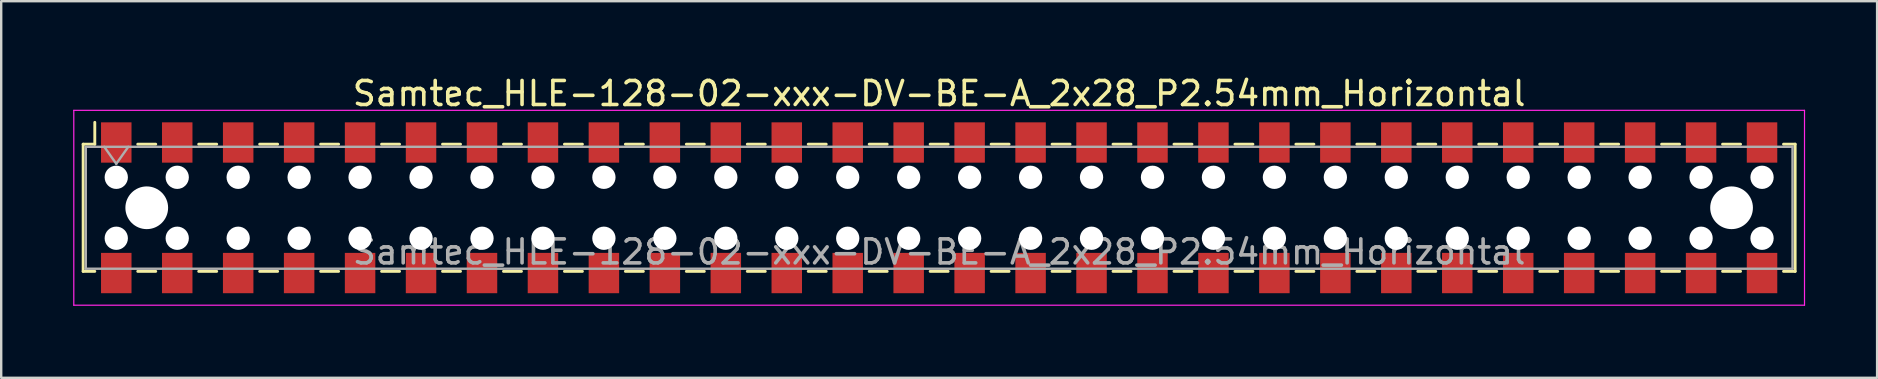
<source format=kicad_pcb>
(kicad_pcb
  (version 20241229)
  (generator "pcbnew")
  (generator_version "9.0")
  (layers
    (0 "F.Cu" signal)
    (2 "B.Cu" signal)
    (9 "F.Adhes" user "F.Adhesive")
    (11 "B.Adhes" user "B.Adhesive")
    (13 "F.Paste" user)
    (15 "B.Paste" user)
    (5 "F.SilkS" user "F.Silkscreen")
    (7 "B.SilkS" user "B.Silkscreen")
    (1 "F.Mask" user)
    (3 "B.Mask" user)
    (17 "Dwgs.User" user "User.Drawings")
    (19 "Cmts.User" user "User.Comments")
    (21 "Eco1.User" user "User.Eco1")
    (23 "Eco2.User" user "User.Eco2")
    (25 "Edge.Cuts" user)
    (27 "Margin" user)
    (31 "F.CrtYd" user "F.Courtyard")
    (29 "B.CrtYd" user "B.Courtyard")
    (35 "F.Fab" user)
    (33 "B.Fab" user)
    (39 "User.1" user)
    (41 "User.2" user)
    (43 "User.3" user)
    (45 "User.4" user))
  (footprint "Samtec_HLE-128-02-xxx-DV-BE-A_2x28_P2.54mm_Horizontal"
    (layer "F.Cu")
    (at 36.085 5.608)
    (property "Reference" "Samtec_HLE-128-02-xxx-DV-BE-A_2x28_P2.54mm_Horizontal" (at 0 -4.76 0) (layer "F.SilkS") (effects (font (size 1 1) (thickness 0.15))))
    (attr smd)
    (fp_line (start -35.67 -2.65) (end -35.67 2.65) (stroke (width 0.12) (type solid)) (layer "F.SilkS"))
    (fp_line (start -35.67 2.65) (end -35.185 2.65) (stroke (width 0.12) (type solid)) (layer "F.SilkS"))
    (fp_line (start -35.185 -3.56) (end -35.185 -2.65) (stroke (width 0.12) (type solid)) (layer "F.SilkS"))
    (fp_line (start -35.185 -2.65) (end -35.67 -2.65) (stroke (width 0.12) (type solid)) (layer "F.SilkS"))
    (fp_line (start -33.395 -2.65) (end -32.645 -2.65) (stroke (width 0.12) (type solid)) (layer "F.SilkS"))
    (fp_line (start -33.395 2.65) (end -32.645 2.65) (stroke (width 0.12) (type solid)) (layer "F.SilkS"))
    (fp_line (start -30.855 -2.65) (end -30.105 -2.65) (stroke (width 0.12) (type solid)) (layer "F.SilkS"))
    (fp_line (start -30.855 2.65) (end -30.105 2.65) (stroke (width 0.12) (type solid)) (layer "F.SilkS"))
    (fp_line (start -28.315 -2.65) (end -27.565 -2.65) (stroke (width 0.12) (type solid)) (layer "F.SilkS"))
    (fp_line (start -28.315 2.65) (end -27.565 2.65) (stroke (width 0.12) (type solid)) (layer "F.SilkS"))
    (fp_line (start -25.775 -2.65) (end -25.025 -2.65) (stroke (width 0.12) (type solid)) (layer "F.SilkS"))
    (fp_line (start -25.775 2.65) (end -25.025 2.65) (stroke (width 0.12) (type solid)) (layer "F.SilkS"))
    (fp_line (start -23.235 -2.65) (end -22.485 -2.65) (stroke (width 0.12) (type solid)) (layer "F.SilkS"))
    (fp_line (start -23.235 2.65) (end -22.485 2.65) (stroke (width 0.12) (type solid)) (layer "F.SilkS"))
    (fp_line (start -20.695 -2.65) (end -19.945 -2.65) (stroke (width 0.12) (type solid)) (layer "F.SilkS"))
    (fp_line (start -20.695 2.65) (end -19.945 2.65) (stroke (width 0.12) (type solid)) (layer "F.SilkS"))
    (fp_line (start -18.155 -2.65) (end -17.405 -2.65) (stroke (width 0.12) (type solid)) (layer "F.SilkS"))
    (fp_line (start -18.155 2.65) (end -17.405 2.65) (stroke (width 0.12) (type solid)) (layer "F.SilkS"))
    (fp_line (start -15.615 -2.65) (end -14.865 -2.65) (stroke (width 0.12) (type solid)) (layer "F.SilkS"))
    (fp_line (start -15.615 2.65) (end -14.865 2.65) (stroke (width 0.12) (type solid)) (layer "F.SilkS"))
    (fp_line (start -13.075 -2.65) (end -12.325 -2.65) (stroke (width 0.12) (type solid)) (layer "F.SilkS"))
    (fp_line (start -13.075 2.65) (end -12.325 2.65) (stroke (width 0.12) (type solid)) (layer "F.SilkS"))
    (fp_line (start -10.535 -2.65) (end -9.785 -2.65) (stroke (width 0.12) (type solid)) (layer "F.SilkS"))
    (fp_line (start -10.535 2.65) (end -9.785 2.65) (stroke (width 0.12) (type solid)) (layer "F.SilkS"))
    (fp_line (start -7.995 -2.65) (end -7.245 -2.65) (stroke (width 0.12) (type solid)) (layer "F.SilkS"))
    (fp_line (start -7.995 2.65) (end -7.245 2.65) (stroke (width 0.12) (type solid)) (layer "F.SilkS"))
    (fp_line (start -5.455 -2.65) (end -4.705 -2.65) (stroke (width 0.12) (type solid)) (layer "F.SilkS"))
    (fp_line (start -5.455 2.65) (end -4.705 2.65) (stroke (width 0.12) (type solid)) (layer "F.SilkS"))
    (fp_line (start -2.915 -2.65) (end -2.165 -2.65) (stroke (width 0.12) (type solid)) (layer "F.SilkS"))
    (fp_line (start -2.915 2.65) (end -2.165 2.65) (stroke (width 0.12) (type solid)) (layer "F.SilkS"))
    (fp_line (start -0.375 -2.65) (end 0.375 -2.65) (stroke (width 0.12) (type solid)) (layer "F.SilkS"))
    (fp_line (start -0.375 2.65) (end 0.375 2.65) (stroke (width 0.12) (type solid)) (layer "F.SilkS"))
    (fp_line (start 2.165 -2.65) (end 2.915 -2.65) (stroke (width 0.12) (type solid)) (layer "F.SilkS"))
    (fp_line (start 2.165 2.65) (end 2.915 2.65) (stroke (width 0.12) (type solid)) (layer "F.SilkS"))
    (fp_line (start 4.705 -2.65) (end 5.455 -2.65) (stroke (width 0.12) (type solid)) (layer "F.SilkS"))
    (fp_line (start 4.705 2.65) (end 5.455 2.65) (stroke (width 0.12) (type solid)) (layer "F.SilkS"))
    (fp_line (start 7.245 -2.65) (end 7.995 -2.65) (stroke (width 0.12) (type solid)) (layer "F.SilkS"))
    (fp_line (start 7.245 2.65) (end 7.995 2.65) (stroke (width 0.12) (type solid)) (layer "F.SilkS"))
    (fp_line (start 9.785 -2.65) (end 10.535 -2.65) (stroke (width 0.12) (type solid)) (layer "F.SilkS"))
    (fp_line (start 9.785 2.65) (end 10.535 2.65) (stroke (width 0.12) (type solid)) (layer "F.SilkS"))
    (fp_line (start 12.325 -2.65) (end 13.075 -2.65) (stroke (width 0.12) (type solid)) (layer "F.SilkS"))
    (fp_line (start 12.325 2.65) (end 13.075 2.65) (stroke (width 0.12) (type solid)) (layer "F.SilkS"))
    (fp_line (start 14.865 -2.65) (end 15.615 -2.65) (stroke (width 0.12) (type solid)) (layer "F.SilkS"))
    (fp_line (start 14.865 2.65) (end 15.615 2.65) (stroke (width 0.12) (type solid)) (layer "F.SilkS"))
    (fp_line (start 17.405 -2.65) (end 18.155 -2.65) (stroke (width 0.12) (type solid)) (layer "F.SilkS"))
    (fp_line (start 17.405 2.65) (end 18.155 2.65) (stroke (width 0.12) (type solid)) (layer "F.SilkS"))
    (fp_line (start 19.945 -2.65) (end 20.695 -2.65) (stroke (width 0.12) (type solid)) (layer "F.SilkS"))
    (fp_line (start 19.945 2.65) (end 20.695 2.65) (stroke (width 0.12) (type solid)) (layer "F.SilkS"))
    (fp_line (start 22.485 -2.65) (end 23.235 -2.65) (stroke (width 0.12) (type solid)) (layer "F.SilkS"))
    (fp_line (start 22.485 2.65) (end 23.235 2.65) (stroke (width 0.12) (type solid)) (layer "F.SilkS"))
    (fp_line (start 25.025 -2.65) (end 25.775 -2.65) (stroke (width 0.12) (type solid)) (layer "F.SilkS"))
    (fp_line (start 25.025 2.65) (end 25.775 2.65) (stroke (width 0.12) (type solid)) (layer "F.SilkS"))
    (fp_line (start 27.565 -2.65) (end 28.315 -2.65) (stroke (width 0.12) (type solid)) (layer "F.SilkS"))
    (fp_line (start 27.565 2.65) (end 28.315 2.65) (stroke (width 0.12) (type solid)) (layer "F.SilkS"))
    (fp_line (start 30.105 -2.65) (end 30.855 -2.65) (stroke (width 0.12) (type solid)) (layer "F.SilkS"))
    (fp_line (start 30.105 2.65) (end 30.855 2.65) (stroke (width 0.12) (type solid)) (layer "F.SilkS"))
    (fp_line (start 32.645 -2.65) (end 33.395 -2.65) (stroke (width 0.12) (type solid)) (layer "F.SilkS"))
    (fp_line (start 32.645 2.65) (end 33.395 2.65) (stroke (width 0.12) (type solid)) (layer "F.SilkS"))
    (fp_line (start 35.185 -2.65) (end 35.67 -2.65) (stroke (width 0.12) (type solid)) (layer "F.SilkS"))
    (fp_line (start 35.67 -2.65) (end 35.67 2.65) (stroke (width 0.12) (type solid)) (layer "F.SilkS"))
    (fp_line (start 35.67 2.65) (end 35.185 2.65) (stroke (width 0.12) (type solid)) (layer "F.SilkS"))
    (fp_line (start -36.06 -4.06) (end 36.06 -4.06) (stroke (width 0.05) (type solid)) (layer "F.CrtYd"))
    (fp_line (start -36.06 4.06) (end -36.06 -4.06) (stroke (width 0.05) (type solid)) (layer "F.CrtYd"))
    (fp_line (start 36.06 -4.06) (end 36.06 4.06) (stroke (width 0.05) (type solid)) (layer "F.CrtYd"))
    (fp_line (start 36.06 4.06) (end -36.06 4.06) (stroke (width 0.05) (type solid)) (layer "F.CrtYd"))
    (fp_line (start -35.56 -2.54) (end 35.56 -2.54) (stroke (width 0.1) (type solid)) (layer "F.Fab"))
    (fp_line (start -35.56 2.54) (end -35.56 -2.54) (stroke (width 0.1) (type solid)) (layer "F.Fab"))
    (fp_line (start -34.79 -2.54) (end -34.29 -1.833) (stroke (width 0.1) (type solid)) (layer "F.Fab"))
    (fp_line (start -34.29 -1.833) (end -33.79 -2.54) (stroke (width 0.1) (type solid)) (layer "F.Fab"))
    (fp_line (start 35.56 -2.54) (end 35.56 2.54) (stroke (width 0.1) (type solid)) (layer "F.Fab"))
    (fp_line (start 35.56 2.54) (end -35.56 2.54) (stroke (width 0.1) (type solid)) (layer "F.Fab"))
    (fp_text user "${REFERENCE}" (at 0 1.84 0) (layer "F.Fab") (effects (font (size 1 1) (thickness 0.15))))
    (pad "" np_thru_hole circle (at -34.29 -1.27) (size 0.97 0.97) (drill 0.97) (layers "*.Cu" "*.Mask"))
    (pad "" np_thru_hole circle (at -34.29 1.27) (size 0.97 0.97) (drill 0.97) (layers "*.Cu" "*.Mask"))
    (pad "" np_thru_hole circle (at -33.02 0) (size 1.78 1.78) (drill 1.78) (layers "*.Cu" "*.Mask"))
    (pad "" np_thru_hole circle (at -31.75 -1.27) (size 0.97 0.97) (drill 0.97) (layers "*.Cu" "*.Mask"))
    (pad "" np_thru_hole circle (at -31.75 1.27) (size 0.97 0.97) (drill 0.97) (layers "*.Cu" "*.Mask"))
    (pad "" np_thru_hole circle (at -29.21 -1.27) (size 0.97 0.97) (drill 0.97) (layers "*.Cu" "*.Mask"))
    (pad "" np_thru_hole circle (at -29.21 1.27) (size 0.97 0.97) (drill 0.97) (layers "*.Cu" "*.Mask"))
    (pad "" np_thru_hole circle (at -26.67 -1.27) (size 0.97 0.97) (drill 0.97) (layers "*.Cu" "*.Mask"))
    (pad "" np_thru_hole circle (at -26.67 1.27) (size 0.97 0.97) (drill 0.97) (layers "*.Cu" "*.Mask"))
    (pad "" np_thru_hole circle (at -24.13 -1.27) (size 0.97 0.97) (drill 0.97) (layers "*.Cu" "*.Mask"))
    (pad "" np_thru_hole circle (at -24.13 1.27) (size 0.97 0.97) (drill 0.97) (layers "*.Cu" "*.Mask"))
    (pad "" np_thru_hole circle (at -21.59 -1.27) (size 0.97 0.97) (drill 0.97) (layers "*.Cu" "*.Mask"))
    (pad "" np_thru_hole circle (at -21.59 1.27) (size 0.97 0.97) (drill 0.97) (layers "*.Cu" "*.Mask"))
    (pad "" np_thru_hole circle (at -19.05 -1.27) (size 0.97 0.97) (drill 0.97) (layers "*.Cu" "*.Mask"))
    (pad "" np_thru_hole circle (at -19.05 1.27) (size 0.97 0.97) (drill 0.97) (layers "*.Cu" "*.Mask"))
    (pad "" np_thru_hole circle (at -16.51 -1.27) (size 0.97 0.97) (drill 0.97) (layers "*.Cu" "*.Mask"))
    (pad "" np_thru_hole circle (at -16.51 1.27) (size 0.97 0.97) (drill 0.97) (layers "*.Cu" "*.Mask"))
    (pad "" np_thru_hole circle (at -13.97 -1.27) (size 0.97 0.97) (drill 0.97) (layers "*.Cu" "*.Mask"))
    (pad "" np_thru_hole circle (at -13.97 1.27) (size 0.97 0.97) (drill 0.97) (layers "*.Cu" "*.Mask"))
    (pad "" np_thru_hole circle (at -11.43 -1.27) (size 0.97 0.97) (drill 0.97) (layers "*.Cu" "*.Mask"))
    (pad "" np_thru_hole circle (at -11.43 1.27) (size 0.97 0.97) (drill 0.97) (layers "*.Cu" "*.Mask"))
    (pad "" np_thru_hole circle (at -8.89 -1.27) (size 0.97 0.97) (drill 0.97) (layers "*.Cu" "*.Mask"))
    (pad "" np_thru_hole circle (at -8.89 1.27) (size 0.97 0.97) (drill 0.97) (layers "*.Cu" "*.Mask"))
    (pad "" np_thru_hole circle (at -6.35 -1.27) (size 0.97 0.97) (drill 0.97) (layers "*.Cu" "*.Mask"))
    (pad "" np_thru_hole circle (at -6.35 1.27) (size 0.97 0.97) (drill 0.97) (layers "*.Cu" "*.Mask"))
    (pad "" np_thru_hole circle (at -3.81 -1.27) (size 0.97 0.97) (drill 0.97) (layers "*.Cu" "*.Mask"))
    (pad "" np_thru_hole circle (at -3.81 1.27) (size 0.97 0.97) (drill 0.97) (layers "*.Cu" "*.Mask"))
    (pad "" np_thru_hole circle (at -1.27 -1.27) (size 0.97 0.97) (drill 0.97) (layers "*.Cu" "*.Mask"))
    (pad "" np_thru_hole circle (at -1.27 1.27) (size 0.97 0.97) (drill 0.97) (layers "*.Cu" "*.Mask"))
    (pad "" np_thru_hole circle (at 1.27 -1.27) (size 0.97 0.97) (drill 0.97) (layers "*.Cu" "*.Mask"))
    (pad "" np_thru_hole circle (at 1.27 1.27) (size 0.97 0.97) (drill 0.97) (layers "*.Cu" "*.Mask"))
    (pad "" np_thru_hole circle (at 3.81 -1.27) (size 0.97 0.97) (drill 0.97) (layers "*.Cu" "*.Mask"))
    (pad "" np_thru_hole circle (at 3.81 1.27) (size 0.97 0.97) (drill 0.97) (layers "*.Cu" "*.Mask"))
    (pad "" np_thru_hole circle (at 6.35 -1.27) (size 0.97 0.97) (drill 0.97) (layers "*.Cu" "*.Mask"))
    (pad "" np_thru_hole circle (at 6.35 1.27) (size 0.97 0.97) (drill 0.97) (layers "*.Cu" "*.Mask"))
    (pad "" np_thru_hole circle (at 8.89 -1.27) (size 0.97 0.97) (drill 0.97) (layers "*.Cu" "*.Mask"))
    (pad "" np_thru_hole circle (at 8.89 1.27) (size 0.97 0.97) (drill 0.97) (layers "*.Cu" "*.Mask"))
    (pad "" np_thru_hole circle (at 11.43 -1.27) (size 0.97 0.97) (drill 0.97) (layers "*.Cu" "*.Mask"))
    (pad "" np_thru_hole circle (at 11.43 1.27) (size 0.97 0.97) (drill 0.97) (layers "*.Cu" "*.Mask"))
    (pad "" np_thru_hole circle (at 13.97 -1.27) (size 0.97 0.97) (drill 0.97) (layers "*.Cu" "*.Mask"))
    (pad "" np_thru_hole circle (at 13.97 1.27) (size 0.97 0.97) (drill 0.97) (layers "*.Cu" "*.Mask"))
    (pad "" np_thru_hole circle (at 16.51 -1.27) (size 0.97 0.97) (drill 0.97) (layers "*.Cu" "*.Mask"))
    (pad "" np_thru_hole circle (at 16.51 1.27) (size 0.97 0.97) (drill 0.97) (layers "*.Cu" "*.Mask"))
    (pad "" np_thru_hole circle (at 19.05 -1.27) (size 0.97 0.97) (drill 0.97) (layers "*.Cu" "*.Mask"))
    (pad "" np_thru_hole circle (at 19.05 1.27) (size 0.97 0.97) (drill 0.97) (layers "*.Cu" "*.Mask"))
    (pad "" np_thru_hole circle (at 21.59 -1.27) (size 0.97 0.97) (drill 0.97) (layers "*.Cu" "*.Mask"))
    (pad "" np_thru_hole circle (at 21.59 1.27) (size 0.97 0.97) (drill 0.97) (layers "*.Cu" "*.Mask"))
    (pad "" np_thru_hole circle (at 24.13 -1.27) (size 0.97 0.97) (drill 0.97) (layers "*.Cu" "*.Mask"))
    (pad "" np_thru_hole circle (at 24.13 1.27) (size 0.97 0.97) (drill 0.97) (layers "*.Cu" "*.Mask"))
    (pad "" np_thru_hole circle (at 26.67 -1.27) (size 0.97 0.97) (drill 0.97) (layers "*.Cu" "*.Mask"))
    (pad "" np_thru_hole circle (at 26.67 1.27) (size 0.97 0.97) (drill 0.97) (layers "*.Cu" "*.Mask"))
    (pad "" np_thru_hole circle (at 29.21 -1.27) (size 0.97 0.97) (drill 0.97) (layers "*.Cu" "*.Mask"))
    (pad "" np_thru_hole circle (at 29.21 1.27) (size 0.97 0.97) (drill 0.97) (layers "*.Cu" "*.Mask"))
    (pad "" np_thru_hole circle (at 31.75 -1.27) (size 0.97 0.97) (drill 0.97) (layers "*.Cu" "*.Mask"))
    (pad "" np_thru_hole circle (at 31.75 1.27) (size 0.97 0.97) (drill 0.97) (layers "*.Cu" "*.Mask"))
    (pad "" np_thru_hole circle (at 33.02 0) (size 1.78 1.78) (drill 1.78) (layers "*.Cu" "*.Mask"))
    (pad "" np_thru_hole circle (at 34.29 -1.27) (size 0.97 0.97) (drill 0.97) (layers "*.Cu" "*.Mask"))
    (pad "" np_thru_hole circle (at 34.29 1.27) (size 0.97 0.97) (drill 0.97) (layers "*.Cu" "*.Mask"))
    (pad "1" smd rect (at -34.29 -2.72) (size 1.27 1.68) (layers "F.Cu" "F.Mask" "F.Paste"))
    (pad "2" smd rect (at -34.29 2.72) (size 1.27 1.68) (layers "F.Cu" "F.Mask" "F.Paste"))
    (pad "3" smd rect (at -31.75 -2.72) (size 1.27 1.68) (layers "F.Cu" "F.Mask" "F.Paste"))
    (pad "4" smd rect (at -31.75 2.72) (size 1.27 1.68) (layers "F.Cu" "F.Mask" "F.Paste"))
    (pad "5" smd rect (at -29.21 -2.72) (size 1.27 1.68) (layers "F.Cu" "F.Mask" "F.Paste"))
    (pad "6" smd rect (at -29.21 2.72) (size 1.27 1.68) (layers "F.Cu" "F.Mask" "F.Paste"))
    (pad "7" smd rect (at -26.67 -2.72) (size 1.27 1.68) (layers "F.Cu" "F.Mask" "F.Paste"))
    (pad "8" smd rect (at -26.67 2.72) (size 1.27 1.68) (layers "F.Cu" "F.Mask" "F.Paste"))
    (pad "9" smd rect (at -24.13 -2.72) (size 1.27 1.68) (layers "F.Cu" "F.Mask" "F.Paste"))
    (pad "10" smd rect (at -24.13 2.72) (size 1.27 1.68) (layers "F.Cu" "F.Mask" "F.Paste"))
    (pad "11" smd rect (at -21.59 -2.72) (size 1.27 1.68) (layers "F.Cu" "F.Mask" "F.Paste"))
    (pad "12" smd rect (at -21.59 2.72) (size 1.27 1.68) (layers "F.Cu" "F.Mask" "F.Paste"))
    (pad "13" smd rect (at -19.05 -2.72) (size 1.27 1.68) (layers "F.Cu" "F.Mask" "F.Paste"))
    (pad "14" smd rect (at -19.05 2.72) (size 1.27 1.68) (layers "F.Cu" "F.Mask" "F.Paste"))
    (pad "15" smd rect (at -16.51 -2.72) (size 1.27 1.68) (layers "F.Cu" "F.Mask" "F.Paste"))
    (pad "16" smd rect (at -16.51 2.72) (size 1.27 1.68) (layers "F.Cu" "F.Mask" "F.Paste"))
    (pad "17" smd rect (at -13.97 -2.72) (size 1.27 1.68) (layers "F.Cu" "F.Mask" "F.Paste"))
    (pad "18" smd rect (at -13.97 2.72) (size 1.27 1.68) (layers "F.Cu" "F.Mask" "F.Paste"))
    (pad "19" smd rect (at -11.43 -2.72) (size 1.27 1.68) (layers "F.Cu" "F.Mask" "F.Paste"))
    (pad "20" smd rect (at -11.43 2.72) (size 1.27 1.68) (layers "F.Cu" "F.Mask" "F.Paste"))
    (pad "21" smd rect (at -8.89 -2.72) (size 1.27 1.68) (layers "F.Cu" "F.Mask" "F.Paste"))
    (pad "22" smd rect (at -8.89 2.72) (size 1.27 1.68) (layers "F.Cu" "F.Mask" "F.Paste"))
    (pad "23" smd rect (at -6.35 -2.72) (size 1.27 1.68) (layers "F.Cu" "F.Mask" "F.Paste"))
    (pad "24" smd rect (at -6.35 2.72) (size 1.27 1.68) (layers "F.Cu" "F.Mask" "F.Paste"))
    (pad "25" smd rect (at -3.81 -2.72) (size 1.27 1.68) (layers "F.Cu" "F.Mask" "F.Paste"))
    (pad "26" smd rect (at -3.81 2.72) (size 1.27 1.68) (layers "F.Cu" "F.Mask" "F.Paste"))
    (pad "27" smd rect (at -1.27 -2.72) (size 1.27 1.68) (layers "F.Cu" "F.Mask" "F.Paste"))
    (pad "28" smd rect (at -1.27 2.72) (size 1.27 1.68) (layers "F.Cu" "F.Mask" "F.Paste"))
    (pad "29" smd rect (at 1.27 -2.72) (size 1.27 1.68) (layers "F.Cu" "F.Mask" "F.Paste"))
    (pad "30" smd rect (at 1.27 2.72) (size 1.27 1.68) (layers "F.Cu" "F.Mask" "F.Paste"))
    (pad "31" smd rect (at 3.81 -2.72) (size 1.27 1.68) (layers "F.Cu" "F.Mask" "F.Paste"))
    (pad "32" smd rect (at 3.81 2.72) (size 1.27 1.68) (layers "F.Cu" "F.Mask" "F.Paste"))
    (pad "33" smd rect (at 6.35 -2.72) (size 1.27 1.68) (layers "F.Cu" "F.Mask" "F.Paste"))
    (pad "34" smd rect (at 6.35 2.72) (size 1.27 1.68) (layers "F.Cu" "F.Mask" "F.Paste"))
    (pad "35" smd rect (at 8.89 -2.72) (size 1.27 1.68) (layers "F.Cu" "F.Mask" "F.Paste"))
    (pad "36" smd rect (at 8.89 2.72) (size 1.27 1.68) (layers "F.Cu" "F.Mask" "F.Paste"))
    (pad "37" smd rect (at 11.43 -2.72) (size 1.27 1.68) (layers "F.Cu" "F.Mask" "F.Paste"))
    (pad "38" smd rect (at 11.43 2.72) (size 1.27 1.68) (layers "F.Cu" "F.Mask" "F.Paste"))
    (pad "39" smd rect (at 13.97 -2.72) (size 1.27 1.68) (layers "F.Cu" "F.Mask" "F.Paste"))
    (pad "40" smd rect (at 13.97 2.72) (size 1.27 1.68) (layers "F.Cu" "F.Mask" "F.Paste"))
    (pad "41" smd rect (at 16.51 -2.72) (size 1.27 1.68) (layers "F.Cu" "F.Mask" "F.Paste"))
    (pad "42" smd rect (at 16.51 2.72) (size 1.27 1.68) (layers "F.Cu" "F.Mask" "F.Paste"))
    (pad "43" smd rect (at 19.05 -2.72) (size 1.27 1.68) (layers "F.Cu" "F.Mask" "F.Paste"))
    (pad "44" smd rect (at 19.05 2.72) (size 1.27 1.68) (layers "F.Cu" "F.Mask" "F.Paste"))
    (pad "45" smd rect (at 21.59 -2.72) (size 1.27 1.68) (layers "F.Cu" "F.Mask" "F.Paste"))
    (pad "46" smd rect (at 21.59 2.72) (size 1.27 1.68) (layers "F.Cu" "F.Mask" "F.Paste"))
    (pad "47" smd rect (at 24.13 -2.72) (size 1.27 1.68) (layers "F.Cu" "F.Mask" "F.Paste"))
    (pad "48" smd rect (at 24.13 2.72) (size 1.27 1.68) (layers "F.Cu" "F.Mask" "F.Paste"))
    (pad "49" smd rect (at 26.67 -2.72) (size 1.27 1.68) (layers "F.Cu" "F.Mask" "F.Paste"))
    (pad "50" smd rect (at 26.67 2.72) (size 1.27 1.68) (layers "F.Cu" "F.Mask" "F.Paste"))
    (pad "51" smd rect (at 29.21 -2.72) (size 1.27 1.68) (layers "F.Cu" "F.Mask" "F.Paste"))
    (pad "52" smd rect (at 29.21 2.72) (size 1.27 1.68) (layers "F.Cu" "F.Mask" "F.Paste"))
    (pad "53" smd rect (at 31.75 -2.72) (size 1.27 1.68) (layers "F.Cu" "F.Mask" "F.Paste"))
    (pad "54" smd rect (at 31.75 2.72) (size 1.27 1.68) (layers "F.Cu" "F.Mask" "F.Paste"))
    (pad "55" smd rect (at 34.29 -2.72) (size 1.27 1.68) (layers "F.Cu" "F.Mask" "F.Paste"))
    (pad "56" smd rect (at 34.29 2.72) (size 1.27 1.68) (layers "F.Cu" "F.Mask" "F.Paste")))
  (gr_rect
    (start -3 -3)
    (end 75.17 12.693)
    (stroke (width 0.1) (type default))
    (fill no)
    (layer "Edge.Cuts")))
</source>
